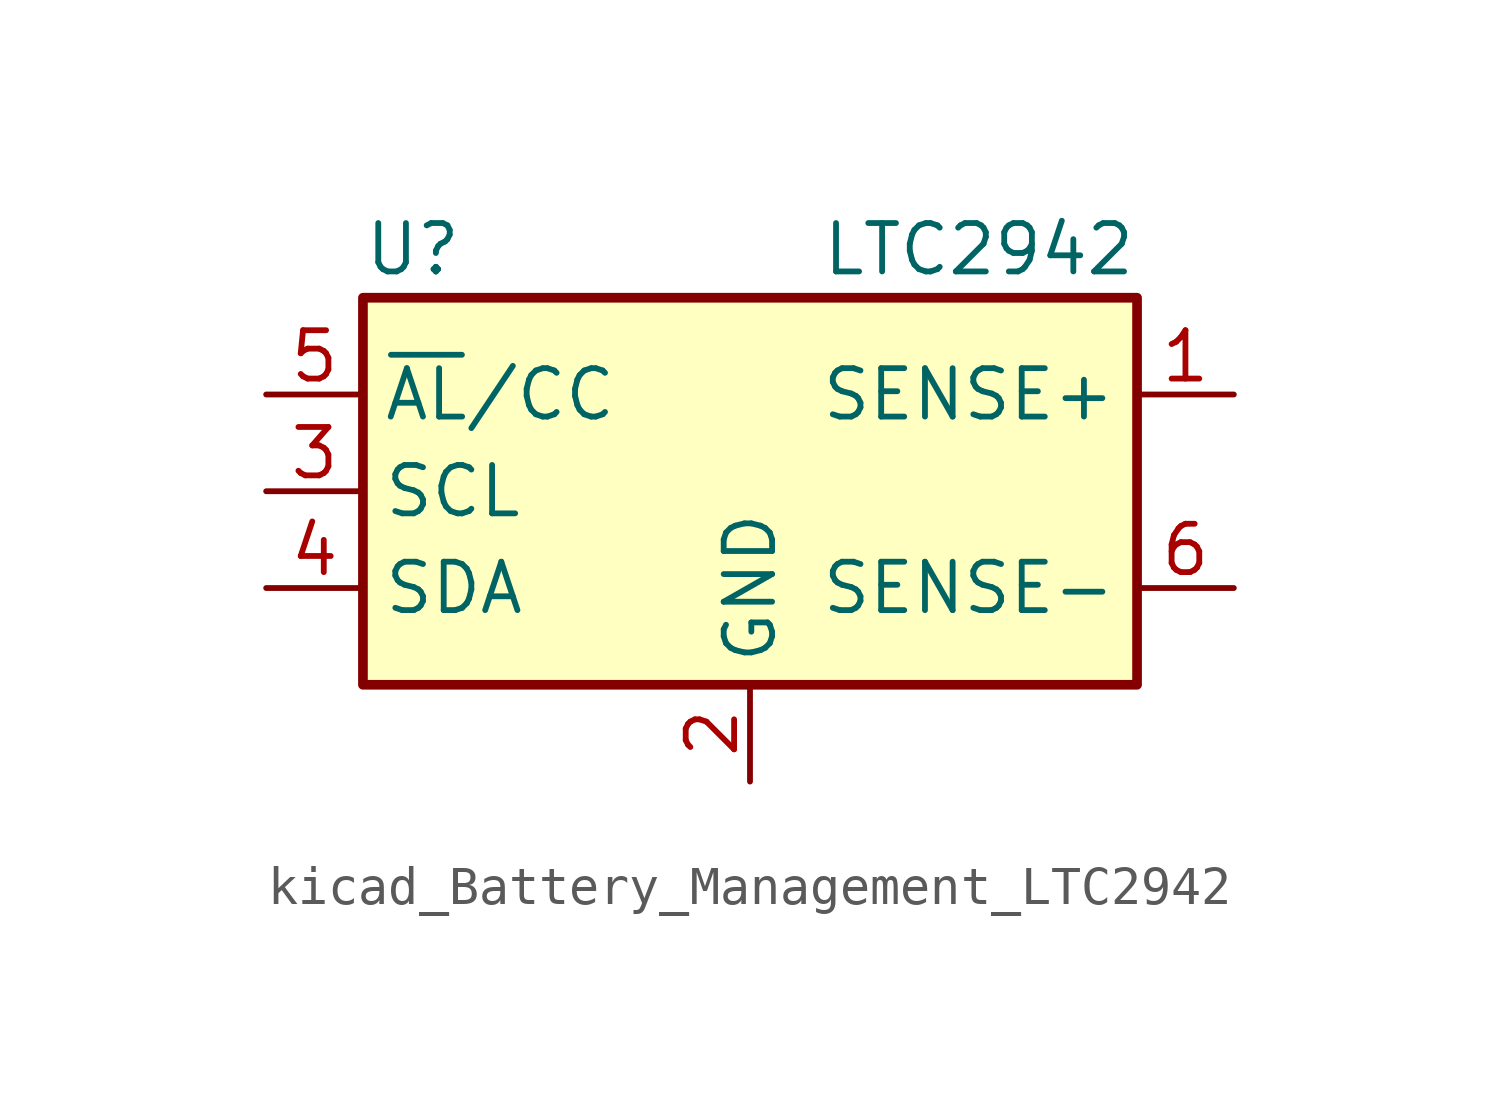
<source format=kicad_sym>
(kicad_symbol_lib
  (version 20220914)
  (generator kicad_symbol_editor)
  (symbol "kicad_Battery_Management_LTC2942"
    (property "Reference" "U"
      (at -10.16 6.35 0)
      (effects (font (size 1.27 1.27)) (justify left)))
    (property "Value" "LTC2942"
      (at 10.16 6.35 0)
      (effects (font (size 1.27 1.27)) (justify right)))
    (symbol "kicad_Battery_Management_LTC2942_0_1"
      (rectangle (start -10.16 5.08) (end 10.16 -5.08) (stroke (width 0.254) (type default)) (fill (type background))))
    (symbol "kicad_Battery_Management_LTC2942_1_1"
      (pin passive line (at 12.7 2.54 180) (length 2.54) (name "SENSE+" (effects (font (size 1.27 1.27)))) (number "1" (effects (font (size 1.27 1.27)))))
      (pin power_in line (at 0 -7.62 90) (length 2.54) (name "GND" (effects (font (size 1.27 1.27)))) (number "2" (effects (font (size 1.27 1.27)))))
      (pin input line (at -12.7 0 0) (length 2.54) (name "SCL" (effects (font (size 1.27 1.27)))) (number "3" (effects (font (size 1.27 1.27)))))
      (pin bidirectional line (at -12.7 -2.54 0) (length 2.54) (name "SDA" (effects (font (size 1.27 1.27)))) (number "4" (effects (font (size 1.27 1.27)))))
      (pin bidirectional line (at -12.7 2.54 0) (length 2.54) (name "~{AL}/CC" (effects (font (size 1.27 1.27)))) (number "5" (effects (font (size 1.27 1.27)))))
      (pin passive line (at 12.7 -2.54 180) (length 2.54) (name "SENSE-" (effects (font (size 1.27 1.27)))) (number "6" (effects (font (size 1.27 1.27))))))))
</source>
